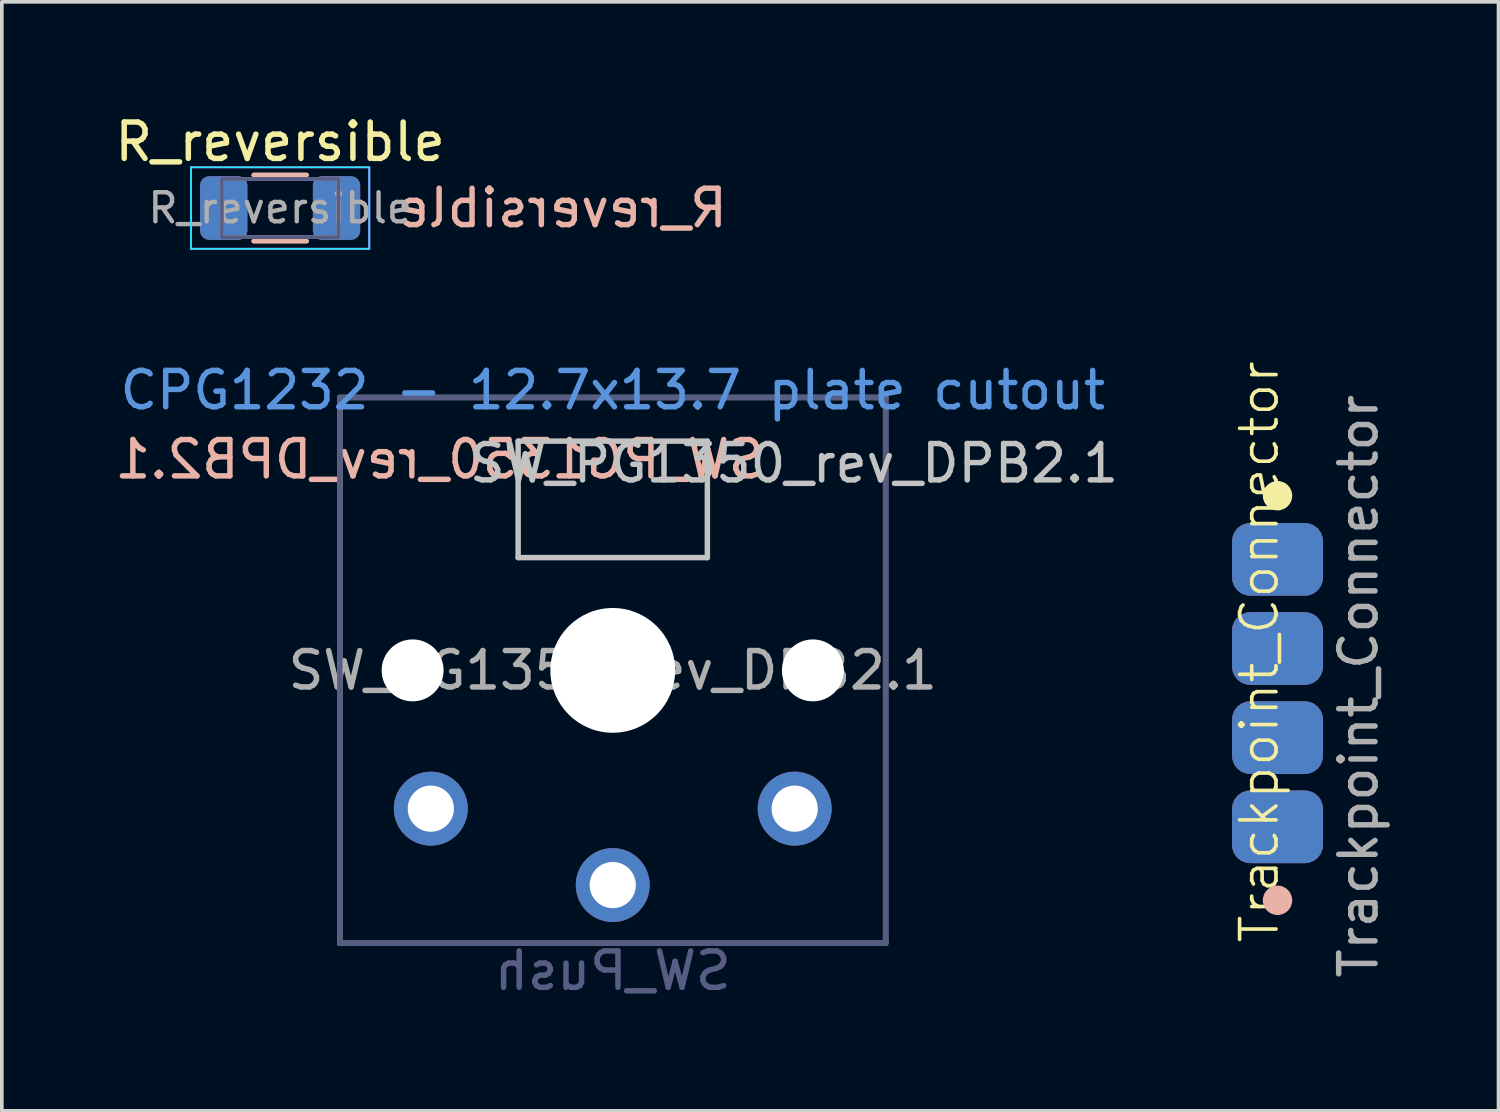
<source format=kicad_pcb>
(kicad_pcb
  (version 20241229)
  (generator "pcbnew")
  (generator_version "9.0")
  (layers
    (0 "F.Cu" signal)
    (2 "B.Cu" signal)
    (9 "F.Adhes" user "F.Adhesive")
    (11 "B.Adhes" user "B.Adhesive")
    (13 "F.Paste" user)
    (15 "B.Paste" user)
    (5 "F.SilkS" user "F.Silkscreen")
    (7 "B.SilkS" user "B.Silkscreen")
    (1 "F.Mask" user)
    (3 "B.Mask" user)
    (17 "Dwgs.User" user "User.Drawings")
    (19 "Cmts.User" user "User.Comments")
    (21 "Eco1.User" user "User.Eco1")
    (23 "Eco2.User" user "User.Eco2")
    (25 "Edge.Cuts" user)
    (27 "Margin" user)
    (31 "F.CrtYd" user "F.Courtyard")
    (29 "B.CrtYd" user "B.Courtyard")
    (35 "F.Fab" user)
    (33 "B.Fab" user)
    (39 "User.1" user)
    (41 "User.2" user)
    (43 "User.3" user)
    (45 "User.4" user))
  (footprint "R_reversible"
    (layer "F.Cu")
    (at 4.649 2.668)
    (property "Reference" "R_reversible" (at 0 -1.82 0) (layer "F.SilkS") (effects (font (size 1 1) (thickness 0.15))))
    (attr smd)
    (fp_line (start -0.727 -0.91) (end 0.727 -0.91) (stroke (width 0.12) (type solid)) (layer "F.SilkS"))
    (fp_line (start -0.727 0.91) (end 0.727 0.91) (stroke (width 0.12) (type solid)) (layer "F.SilkS"))
    (fp_line (start 0.727 -0.91) (end -0.727 -0.91) (stroke (width 0.12) (type solid)) (layer "B.SilkS"))
    (fp_line (start 0.727 0.91) (end -0.727 0.91) (stroke (width 0.12) (type solid)) (layer "B.SilkS"))
    (fp_line (start -2.45 -1.12) (end -2.45 1.12) (stroke (width 0.05) (type solid)) (layer "B.CrtYd"))
    (fp_line (start -2.45 1.12) (end 2.45 1.12) (stroke (width 0.05) (type solid)) (layer "B.CrtYd"))
    (fp_line (start 2.45 -1.12) (end -2.45 -1.12) (stroke (width 0.05) (type solid)) (layer "B.CrtYd"))
    (fp_line (start 2.45 1.12) (end 2.45 -1.12) (stroke (width 0.05) (type solid)) (layer "B.CrtYd"))
    (fp_line (start -2.45 -1.12) (end 2.45 -1.12) (stroke (width 0.05) (type solid)) (layer "F.CrtYd"))
    (fp_line (start -2.45 1.12) (end -2.45 -1.12) (stroke (width 0.05) (type solid)) (layer "F.CrtYd"))
    (fp_line (start 2.45 -1.12) (end 2.45 1.12) (stroke (width 0.05) (type solid)) (layer "F.CrtYd"))
    (fp_line (start 2.45 1.12) (end -2.45 1.12) (stroke (width 0.05) (type solid)) (layer "F.CrtYd"))
    (fp_line (start -1.6 -0.8) (end -1.6 0.8) (stroke (width 0.1) (type solid)) (layer "B.Fab"))
    (fp_line (start -1.6 0.8) (end 1.6 0.8) (stroke (width 0.1) (type solid)) (layer "B.Fab"))
    (fp_line (start 1.6 -0.8) (end -1.6 -0.8) (stroke (width 0.1) (type solid)) (layer "B.Fab"))
    (fp_line (start 1.6 0.8) (end 1.6 -0.8) (stroke (width 0.1) (type solid)) (layer "B.Fab"))
    (fp_line (start -1.6 -0.8) (end 1.6 -0.8) (stroke (width 0.1) (type solid)) (layer "F.Fab"))
    (fp_line (start -1.6 0.8) (end -1.6 -0.8) (stroke (width 0.1) (type solid)) (layer "F.Fab"))
    (fp_line (start 1.6 -0.8) (end 1.6 0.8) (stroke (width 0.1) (type solid)) (layer "F.Fab"))
    (fp_line (start 1.6 0.8) (end -1.6 0.8) (stroke (width 0.1) (type solid)) (layer "F.Fab"))
    (fp_text user "${REFERENCE}" (at 7.75 0 0) (layer "B.SilkS") (effects (font (size 1 1) (thickness 0.15)) (justify mirror)))
    (fp_text user "${REFERENCE}" (at 0 0 0) (layer "F.Fab") (effects (font (size 0.8 0.8) (thickness 0.12))))
    (pad "1" smd roundrect (at -1.55 0) (size 1.3 1.75) (layers "F.Cu" "F.Mask" "F.Paste") (roundrect_rratio 0.192))
    (pad "1" smd roundrect (at -1.55 0) (size 1.3 1.75) (layers "B.Cu" "B.Mask" "B.Paste") (roundrect_rratio 0.192))
    (pad "2" smd roundrect (at 1.55 0) (size 1.3 1.75) (layers "F.Cu" "F.Mask" "F.Paste") (roundrect_rratio 0.192))
    (pad "2" smd roundrect (at 1.55 0) (size 1.3 1.75) (layers "B.Cu" "B.Mask" "B.Paste") (roundrect_rratio 0.192)))
  (footprint "SW_PG1350_rev_DPB2.1"
    (layer "F.Cu")
    (at 13.79 15.374)
    (property "Reference" "SW_PG1350_rev_DPB2.1" (at 4.98 -5.69 0) (layer "Dwgs.User") (effects (font (size 1 1) (thickness 0.15))))
    (property "Value" "SW_Push" (at -0.07 8.17 0) (layer "Dwgs.User") (hide yes) (effects (font (size 1 1) (thickness 0.15))))
    (attr through_hole)
    (fp_line (start -2.6 -3.1) (end -2.6 -6.3) (stroke (width 0.15) (type solid)) (layer "Dwgs.User"))
    (fp_line (start -2.6 -3.1) (end 2.6 -3.1) (stroke (width 0.15) (type solid)) (layer "Dwgs.User"))
    (fp_line (start 2.6 -6.3) (end -2.6 -6.3) (stroke (width 0.15) (type solid)) (layer "Dwgs.User"))
    (fp_line (start 2.6 -3.1) (end 2.6 -6.3) (stroke (width 0.15) (type solid)) (layer "Dwgs.User"))
    (fp_line (start -9 8.136) (end -8.994 -8.1) (stroke (width 0.12) (type solid)) (layer "Eco1.User"))
    (fp_line (start -8.63 -8.5) (end 8.6 -8.5) (stroke (width 0.12) (type solid)) (layer "Eco1.User"))
    (fp_line (start -8.6 8.5) (end 8.636 8.5) (stroke (width 0.12) (type solid)) (layer "Eco1.User"))
    (fp_line (start 9 8.1) (end 9 -8.136) (stroke (width 0.12) (type solid)) (layer "Eco1.User"))
    (fp_arc (start -8.994011 -8.099594) (mid -8.898745 -8.378652) (end -8.63 -8.5) (stroke (width 0.12) (type solid)) (layer "Eco1.User"))
    (fp_arc (start -8.6 8.49968) (mid -8.879058 8.404414) (end -9.000406 8.135669) (stroke (width 0.12) (type solid)) (layer "Eco1.User"))
    (fp_arc (start 8.599915 -8.5) (mid 8.878979 -8.404734) (end 9.000321 -8.135989) (stroke (width 0.12) (type solid)) (layer "Eco1.User"))
    (fp_arc (start 9 8.1) (mid 8.904724 8.379049) (end 8.635989 8.500406) (stroke (width 0.12) (type solid)) (layer "Eco1.User"))
    (fp_line (start -6.9 6.9) (end -6.9 -6.9) (stroke (width 0.15) (type solid)) (layer "Eco2.User"))
    (fp_line (start -6.9 6.9) (end 6.9 6.9) (stroke (width 0.15) (type solid)) (layer "Eco2.User"))
    (fp_line (start 6.9 -6.9) (end -6.9 -6.9) (stroke (width 0.15) (type solid)) (layer "Eco2.User"))
    (fp_line (start 6.9 -6.9) (end 6.9 6.9) (stroke (width 0.15) (type solid)) (layer "Eco2.User"))
    (fp_line (start -7.5 -7.5) (end 7.5 -7.5) (stroke (width 0.15) (type solid)) (layer "B.Fab"))
    (fp_line (start -7.5 7.5) (end -7.5 -7.5) (stroke (width 0.15) (type solid)) (layer "B.Fab"))
    (fp_line (start 7.5 -7.5) (end 7.5 7.5) (stroke (width 0.15) (type solid)) (layer "B.Fab"))
    (fp_line (start 7.5 7.5) (end -7.5 7.5) (stroke (width 0.15) (type solid)) (layer "B.Fab"))
    (fp_line (start -7.5 -7.5) (end 7.5 -7.5) (stroke (width 0.15) (type solid)) (layer "F.Fab"))
    (fp_line (start -7.5 7.5) (end -7.5 -7.5) (stroke (width 0.15) (type solid)) (layer "F.Fab"))
    (fp_line (start 7.5 -7.5) (end 7.5 7.5) (stroke (width 0.15) (type solid)) (layer "F.Fab"))
    (fp_line (start 7.5 7.5) (end -7.5 7.5) (stroke (width 0.15) (type solid)) (layer "F.Fab"))
    (fp_text user "${REFERENCE}" (at -4.76 -5.8 0) (layer "B.SilkS") (effects (font (size 1 1) (thickness 0.15)) (justify mirror)))
    (fp_text user "CPG1232 - 12.7x13.7 plate cutout" (at 0 -7.7 0) (layer "Cmts.User") (effects (font (size 1 1) (thickness 0.15))))
    (fp_text user "${VALUE}" (at 0 8.255 0) (layer "B.Fab") (effects (font (size 1 1) (thickness 0.15)) (justify mirror)))
    (fp_text user "${REFERENCE}" (at 0 0 0) (layer "F.Fab") (effects (font (size 1 1) (thickness 0.15))))
    (pad "" np_thru_hole circle (at -5.5 0) (size 1.702 1.702) (drill 1.702) (layers "*.Cu" "*.Mask"))
    (pad "" np_thru_hole circle (at 0 0) (size 3.429 3.429) (drill 3.429) (layers "*.Cu" "*.Mask"))
    (pad "" np_thru_hole circle (at 5.5 0) (size 1.702 1.702) (drill 1.702) (layers "*.Cu" "*.Mask"))
    (pad "1" thru_hole circle (at 0 5.9) (size 2.032 2.032) (drill 1.27) (layers "*.Cu" "*.Mask"))
    (pad "2" thru_hole circle (at -5 3.8) (size 2.032 2.032) (drill 1.27) (layers "*.Cu" "*.Mask"))
    (pad "2" thru_hole circle (at 5 3.8) (size 2.032 2.032) (drill 1.27) (layers "*.Cu" "*.Mask")))
  (footprint "Trackpoint_Connector"
    (layer "F.Cu")
    (at 32.01 15.998)
    (property "Reference" "Trackpoint_Connector" (at -0.45 -1.135 90) (unlocked yes) (layer "F.SilkS") (effects (font (size 1 1) (thickness 0.1))))
    (attr smd)
    (fp_circle (center 0.05 -5.425) (end 0.404 -5.425) (stroke (width 0.1) (type solid)) (fill yes) (layer "F.SilkS"))
    (fp_circle (center 0.05 5.695) (end 0.404 5.695) (stroke (width 0.1) (type solid)) (fill yes) (layer "B.SilkS"))
    (fp_text user "${REFERENCE}" (at 2.275 -0.19 90) (unlocked yes) (layer "F.Fab") (effects (font (size 1 1) (thickness 0.15))))
    (pad "1" smd roundrect (at 0.05 -3.675 180) (size 2.5 2) (layers "F.Cu" "F.Mask" "F.Paste") (roundrect_rratio 0.25))
    (pad "1" smd roundrect (at 0.05 3.675) (size 2.5 2) (layers "B.Cu" "B.Mask" "B.Paste") (roundrect_rratio 0.25))
    (pad "2" smd roundrect (at 0.05 -1.225 180) (size 2.5 2) (layers "F.Cu" "F.Mask" "F.Paste") (roundrect_rratio 0.25))
    (pad "2" smd roundrect (at 0.05 1.225) (size 2.5 2) (layers "B.Cu" "B.Mask" "B.Paste") (roundrect_rratio 0.25))
    (pad "3" smd roundrect (at 0.05 -1.225) (size 2.5 2) (layers "B.Cu" "B.Mask" "B.Paste") (roundrect_rratio 0.25))
    (pad "3" smd roundrect (at 0.05 1.225 180) (size 2.5 2) (layers "F.Cu" "F.Mask" "F.Paste") (roundrect_rratio 0.25))
    (pad "4" smd roundrect (at 0.05 -3.675) (size 2.5 2) (layers "B.Cu" "B.Mask" "B.Paste") (roundrect_rratio 0.25))
    (pad "4" smd roundrect (at 0.05 3.675 180) (size 2.5 2) (layers "F.Cu" "F.Mask" "F.Paste") (roundrect_rratio 0.25)))
  (gr_rect
    (start -3 -3)
    (end 38.133 27.478)
    (stroke (width 0.1) (type default))
    (fill no)
    (layer "Edge.Cuts")))
</source>
